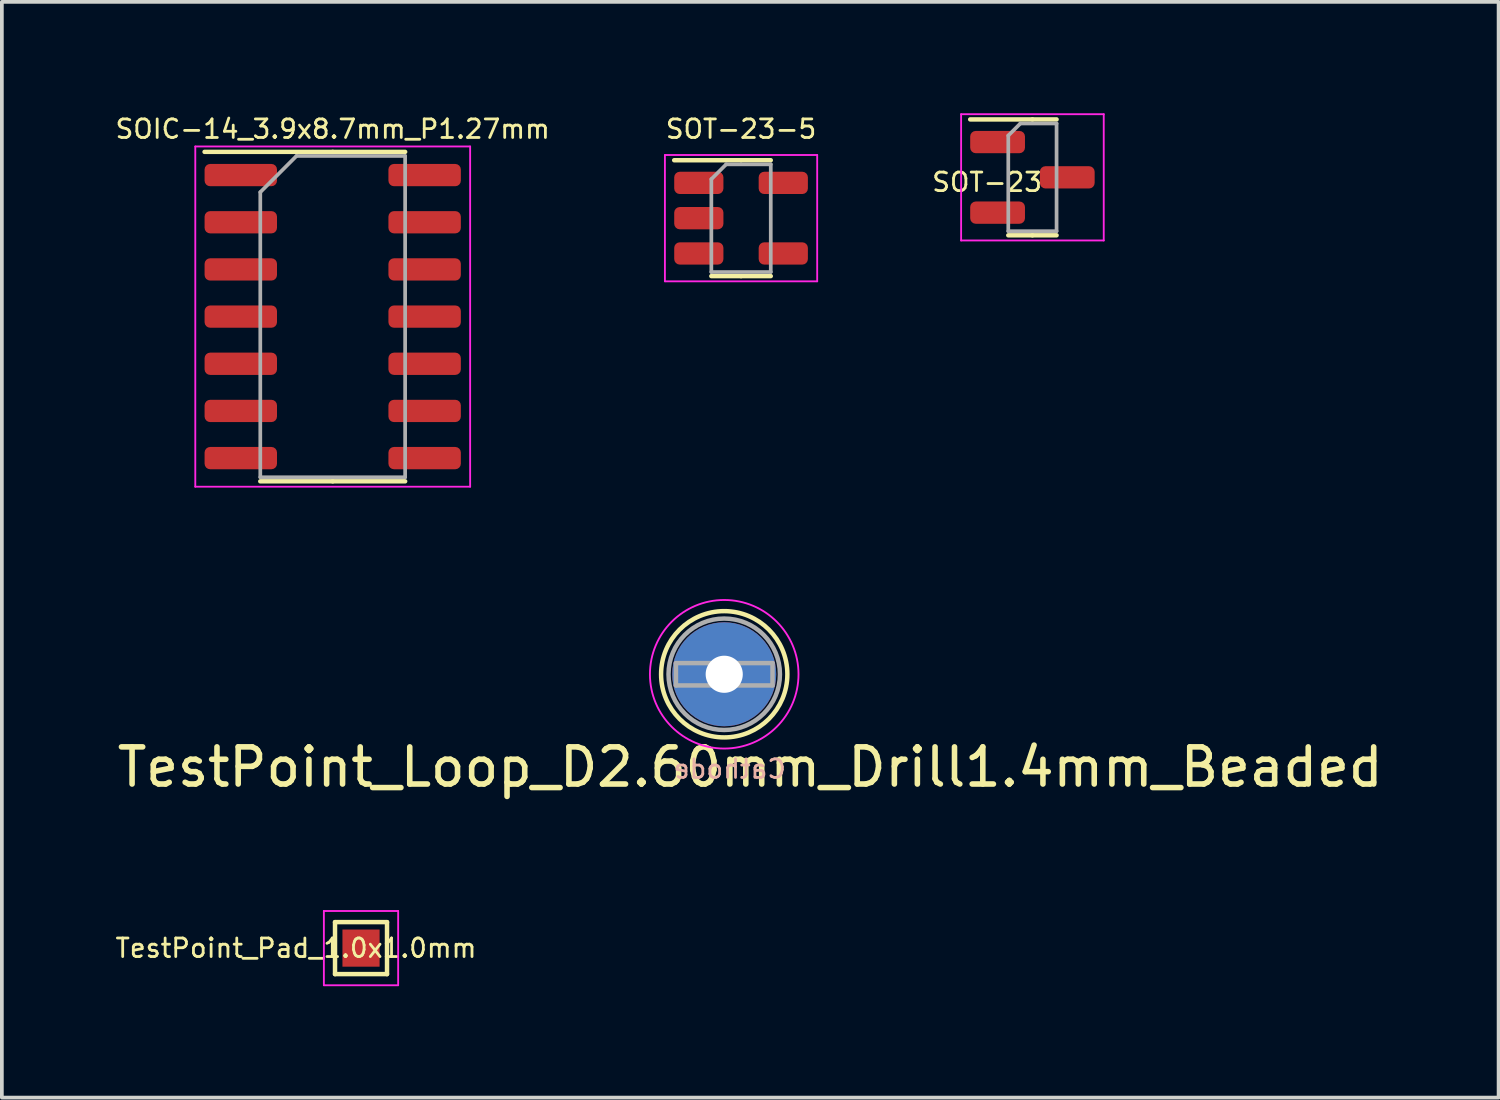
<source format=kicad_pcb>
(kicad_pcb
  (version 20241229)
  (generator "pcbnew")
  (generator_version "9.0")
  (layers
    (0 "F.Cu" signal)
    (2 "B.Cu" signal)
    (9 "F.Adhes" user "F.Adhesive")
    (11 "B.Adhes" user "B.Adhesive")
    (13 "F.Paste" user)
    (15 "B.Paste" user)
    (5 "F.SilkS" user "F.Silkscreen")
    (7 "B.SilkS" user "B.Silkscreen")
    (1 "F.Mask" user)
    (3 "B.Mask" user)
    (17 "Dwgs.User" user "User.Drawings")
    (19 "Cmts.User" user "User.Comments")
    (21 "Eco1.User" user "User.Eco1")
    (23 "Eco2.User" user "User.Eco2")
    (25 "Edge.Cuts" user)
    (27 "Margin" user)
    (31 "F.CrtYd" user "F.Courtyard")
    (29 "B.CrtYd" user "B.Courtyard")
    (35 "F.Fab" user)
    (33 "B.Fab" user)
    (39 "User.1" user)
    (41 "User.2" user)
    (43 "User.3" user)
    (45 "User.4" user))
  (footprint "TestPoint_Pad_1.0x1.0mm"
    (layer "F.Cu")
    (at 6.67 22.477)
    (property "Reference" "TestPoint_Pad_1.0x1.0mm" (at -1.75 0 180) (layer "F.SilkS") (effects (font (size 0.5 0.5) (thickness 0.075))))
    (attr exclude_from_pos_files exclude_from_bom)
    (fp_line (start -0.7 -0.7) (end 0.7 -0.7) (stroke (width 0.12) (type solid)) (layer "F.SilkS"))
    (fp_line (start -0.7 0.7) (end -0.7 -0.7) (stroke (width 0.12) (type solid)) (layer "F.SilkS"))
    (fp_line (start 0.7 -0.7) (end 0.7 0.7) (stroke (width 0.12) (type solid)) (layer "F.SilkS"))
    (fp_line (start 0.7 0.7) (end -0.7 0.7) (stroke (width 0.12) (type solid)) (layer "F.SilkS"))
    (fp_line (start -1 -1) (end -1 1) (stroke (width 0.05) (type solid)) (layer "F.CrtYd"))
    (fp_line (start -1 -1) (end 1 -1) (stroke (width 0.05) (type solid)) (layer "F.CrtYd"))
    (fp_line (start 1 1) (end -1 1) (stroke (width 0.05) (type solid)) (layer "F.CrtYd"))
    (fp_line (start 1 1) (end 1 -1) (stroke (width 0.05) (type solid)) (layer "F.CrtYd"))
    (pad "1" smd rect (at 0 0) (size 1 1) (layers "F.Cu" "F.Mask")))
  (footprint "SOT-23"
    (layer "F.Cu")
    (at 24.747 1.725)
    (property "Reference" "SOT-23" (at -1.22 0.13 180) (layer "F.SilkS") (effects (font (size 0.5 0.5) (thickness 0.075))))
    (attr smd)
    (fp_line (start 0 -1.56) (end -1.675 -1.56) (stroke (width 0.12) (type solid)) (layer "F.SilkS"))
    (fp_line (start 0 -1.56) (end 0.65 -1.56) (stroke (width 0.12) (type solid)) (layer "F.SilkS"))
    (fp_line (start 0 1.56) (end -0.65 1.56) (stroke (width 0.12) (type solid)) (layer "F.SilkS"))
    (fp_line (start 0 1.56) (end 0.65 1.56) (stroke (width 0.12) (type solid)) (layer "F.SilkS"))
    (fp_line (start -1.92 -1.7) (end -1.92 1.7) (stroke (width 0.05) (type solid)) (layer "F.CrtYd"))
    (fp_line (start -1.92 1.7) (end 1.92 1.7) (stroke (width 0.05) (type solid)) (layer "F.CrtYd"))
    (fp_line (start 1.92 -1.7) (end -1.92 -1.7) (stroke (width 0.05) (type solid)) (layer "F.CrtYd"))
    (fp_line (start 1.92 1.7) (end 1.92 -1.7) (stroke (width 0.05) (type solid)) (layer "F.CrtYd"))
    (fp_line (start -0.65 -1.125) (end -0.325 -1.45) (stroke (width 0.1) (type solid)) (layer "F.Fab"))
    (fp_line (start -0.65 1.45) (end -0.65 -1.125) (stroke (width 0.1) (type solid)) (layer "F.Fab"))
    (fp_line (start -0.325 -1.45) (end 0.65 -1.45) (stroke (width 0.1) (type solid)) (layer "F.Fab"))
    (fp_line (start 0.65 -1.45) (end 0.65 1.45) (stroke (width 0.1) (type solid)) (layer "F.Fab"))
    (fp_line (start 0.65 1.45) (end -0.65 1.45) (stroke (width 0.1) (type solid)) (layer "F.Fab"))
    (pad "1" smd roundrect (at -0.938 -0.95) (size 1.475 0.6) (layers "F.Cu" "F.Mask" "F.Paste") (roundrect_rratio 0.25))
    (pad "2" smd roundrect (at -0.938 0.95) (size 1.475 0.6) (layers "F.Cu" "F.Mask" "F.Paste") (roundrect_rratio 0.25))
    (pad "3" smd roundrect (at 0.938 0) (size 1.475 0.6) (layers "F.Cu" "F.Mask" "F.Paste") (roundrect_rratio 0.25)))
  (footprint "SOIC-14_3.9x8.7mm_P1.27mm"
    (layer "F.Cu")
    (at 5.908 5.474)
    (property "Reference" "SOIC-14_3.9x8.7mm_P1.27mm" (at 0 -5.05 180) (layer "F.SilkS") (effects (font (size 0.5 0.5) (thickness 0.075))))
    (attr smd)
    (fp_line (start 0 -4.435) (end -3.45 -4.435) (stroke (width 0.12) (type solid)) (layer "F.SilkS"))
    (fp_line (start 0 -4.435) (end 1.95 -4.435) (stroke (width 0.12) (type solid)) (layer "F.SilkS"))
    (fp_line (start 0 4.435) (end -1.95 4.435) (stroke (width 0.12) (type solid)) (layer "F.SilkS"))
    (fp_line (start 0 4.435) (end 1.95 4.435) (stroke (width 0.12) (type solid)) (layer "F.SilkS"))
    (fp_line (start -3.7 -4.58) (end -3.7 4.58) (stroke (width 0.05) (type solid)) (layer "F.CrtYd"))
    (fp_line (start -3.7 4.58) (end 3.7 4.58) (stroke (width 0.05) (type solid)) (layer "F.CrtYd"))
    (fp_line (start 3.7 -4.58) (end -3.7 -4.58) (stroke (width 0.05) (type solid)) (layer "F.CrtYd"))
    (fp_line (start 3.7 4.58) (end 3.7 -4.58) (stroke (width 0.05) (type solid)) (layer "F.CrtYd"))
    (fp_line (start -1.95 -3.35) (end -0.975 -4.325) (stroke (width 0.1) (type solid)) (layer "F.Fab"))
    (fp_line (start -1.95 4.325) (end -1.95 -3.35) (stroke (width 0.1) (type solid)) (layer "F.Fab"))
    (fp_line (start -0.975 -4.325) (end 1.95 -4.325) (stroke (width 0.1) (type solid)) (layer "F.Fab"))
    (fp_line (start 1.95 -4.325) (end 1.95 4.325) (stroke (width 0.1) (type solid)) (layer "F.Fab"))
    (fp_line (start 1.95 4.325) (end -1.95 4.325) (stroke (width 0.1) (type solid)) (layer "F.Fab"))
    (pad "1" smd roundrect (at -2.475 -3.81) (size 1.95 0.6) (layers "F.Cu" "F.Mask" "F.Paste") (roundrect_rratio 0.25))
    (pad "2" smd roundrect (at -2.475 -2.54) (size 1.95 0.6) (layers "F.Cu" "F.Mask" "F.Paste") (roundrect_rratio 0.25))
    (pad "3" smd roundrect (at -2.475 -1.27) (size 1.95 0.6) (layers "F.Cu" "F.Mask" "F.Paste") (roundrect_rratio 0.25))
    (pad "4" smd roundrect (at -2.475 0) (size 1.95 0.6) (layers "F.Cu" "F.Mask" "F.Paste") (roundrect_rratio 0.25))
    (pad "5" smd roundrect (at -2.475 1.27) (size 1.95 0.6) (layers "F.Cu" "F.Mask" "F.Paste") (roundrect_rratio 0.25))
    (pad "6" smd roundrect (at -2.475 2.54) (size 1.95 0.6) (layers "F.Cu" "F.Mask" "F.Paste") (roundrect_rratio 0.25))
    (pad "7" smd roundrect (at -2.475 3.81) (size 1.95 0.6) (layers "F.Cu" "F.Mask" "F.Paste") (roundrect_rratio 0.25))
    (pad "8" smd roundrect (at 2.475 3.81) (size 1.95 0.6) (layers "F.Cu" "F.Mask" "F.Paste") (roundrect_rratio 0.25))
    (pad "9" smd roundrect (at 2.475 2.54) (size 1.95 0.6) (layers "F.Cu" "F.Mask" "F.Paste") (roundrect_rratio 0.25))
    (pad "10" smd roundrect (at 2.475 1.27) (size 1.95 0.6) (layers "F.Cu" "F.Mask" "F.Paste") (roundrect_rratio 0.25))
    (pad "11" smd roundrect (at 2.475 0) (size 1.95 0.6) (layers "F.Cu" "F.Mask" "F.Paste") (roundrect_rratio 0.25))
    (pad "12" smd roundrect (at 2.475 -1.27) (size 1.95 0.6) (layers "F.Cu" "F.Mask" "F.Paste") (roundrect_rratio 0.25))
    (pad "13" smd roundrect (at 2.475 -2.54) (size 1.95 0.6) (layers "F.Cu" "F.Mask" "F.Paste") (roundrect_rratio 0.25))
    (pad "14" smd roundrect (at 2.475 -3.81) (size 1.95 0.6) (layers "F.Cu" "F.Mask" "F.Paste") (roundrect_rratio 0.25)))
  (footprint "TestPoint_Loop_D2.60mm_Drill1.4mm_Beaded"
    (layer "F.Cu")
    (at 16.449 15.104)
    (property "Reference" "TestPoint_Loop_D2.60mm_Drill1.4mm_Beaded" (at 0.7 2.5 0) (layer "F.SilkS") (effects (font (size 1 1) (thickness 0.15))))
    (property "Value" "Cathode" (at 0.074 2.6 0) (layer "F.SilkS") (hide yes) (effects (font (size 0.5 0.5) (thickness 0.075))))
    (attr through_hole)
    (fp_circle (center 0 0) (end 1.7 0) (stroke (width 0.12) (type solid)) (fill no) (layer "F.SilkS"))
    (fp_circle (center 0 0) (end 2 0) (stroke (width 0.05) (type solid)) (fill no) (layer "F.CrtYd"))
    (fp_line (start -1.3 -0.3) (end -1.3 0.3) (stroke (width 0.12) (type solid)) (layer "F.Fab"))
    (fp_line (start -1.3 0.3) (end 1.3 0.3) (stroke (width 0.12) (type solid)) (layer "F.Fab"))
    (fp_line (start 1.3 -0.3) (end -1.3 -0.3) (stroke (width 0.12) (type solid)) (layer "F.Fab"))
    (fp_line (start 1.3 0.3) (end 1.3 -0.3) (stroke (width 0.12) (type solid)) (layer "F.Fab"))
    (fp_circle (center 0 0) (end 1.5 0) (stroke (width 0.12) (type solid)) (fill no) (layer "F.Fab"))
    (fp_text user "${VALUE}" (at 0.149 2.55 0) (layer "B.SilkS") (effects (font (size 0.5 0.5) (thickness 0.075)) (justify mirror)))
    (pad "1" thru_hole circle (at 0 0) (size 2.8 2.8) (drill 1) (layers "*.Cu" "*.Mask")))
  (footprint "SOT-23-5"
    (layer "F.Cu")
    (at 16.902 2.824)
    (property "Reference" "SOT-23-5" (at 0 -2.4 0) (layer "F.SilkS") (effects (font (size 0.5 0.5) (thickness 0.075))))
    (attr smd)
    (fp_line (start 0 -1.56) (end -1.8 -1.56) (stroke (width 0.12) (type solid)) (layer "F.SilkS"))
    (fp_line (start 0 -1.56) (end 0.8 -1.56) (stroke (width 0.12) (type solid)) (layer "F.SilkS"))
    (fp_line (start 0 1.56) (end -0.8 1.56) (stroke (width 0.12) (type solid)) (layer "F.SilkS"))
    (fp_line (start 0 1.56) (end 0.8 1.56) (stroke (width 0.12) (type solid)) (layer "F.SilkS"))
    (fp_line (start -2.05 -1.7) (end -2.05 1.7) (stroke (width 0.05) (type solid)) (layer "F.CrtYd"))
    (fp_line (start -2.05 1.7) (end 2.05 1.7) (stroke (width 0.05) (type solid)) (layer "F.CrtYd"))
    (fp_line (start 2.05 -1.7) (end -2.05 -1.7) (stroke (width 0.05) (type solid)) (layer "F.CrtYd"))
    (fp_line (start 2.05 1.7) (end 2.05 -1.7) (stroke (width 0.05) (type solid)) (layer "F.CrtYd"))
    (fp_line (start -0.8 -1.05) (end -0.4 -1.45) (stroke (width 0.1) (type solid)) (layer "F.Fab"))
    (fp_line (start -0.8 1.45) (end -0.8 -1.05) (stroke (width 0.1) (type solid)) (layer "F.Fab"))
    (fp_line (start -0.4 -1.45) (end 0.8 -1.45) (stroke (width 0.1) (type solid)) (layer "F.Fab"))
    (fp_line (start 0.8 -1.45) (end 0.8 1.45) (stroke (width 0.1) (type solid)) (layer "F.Fab"))
    (fp_line (start 0.8 1.45) (end -0.8 1.45) (stroke (width 0.1) (type solid)) (layer "F.Fab"))
    (pad "1" smd roundrect (at -1.137 -0.95) (size 1.325 0.6) (layers "F.Cu" "F.Mask" "F.Paste") (roundrect_rratio 0.25))
    (pad "2" smd roundrect (at -1.137 0) (size 1.325 0.6) (layers "F.Cu" "F.Mask" "F.Paste") (roundrect_rratio 0.25))
    (pad "3" smd roundrect (at -1.137 0.95) (size 1.325 0.6) (layers "F.Cu" "F.Mask" "F.Paste") (roundrect_rratio 0.25))
    (pad "4" smd roundrect (at 1.137 0.95) (size 1.325 0.6) (layers "F.Cu" "F.Mask" "F.Paste") (roundrect_rratio 0.25))
    (pad "5" smd roundrect (at 1.137 -0.95) (size 1.325 0.6) (layers "F.Cu" "F.Mask" "F.Paste") (roundrect_rratio 0.25)))
  (gr_rect
    (start -3 -3)
    (end 37.298 26.502)
    (stroke (width 0.1) (type default))
    (fill no)
    (layer "Edge.Cuts")))
</source>
